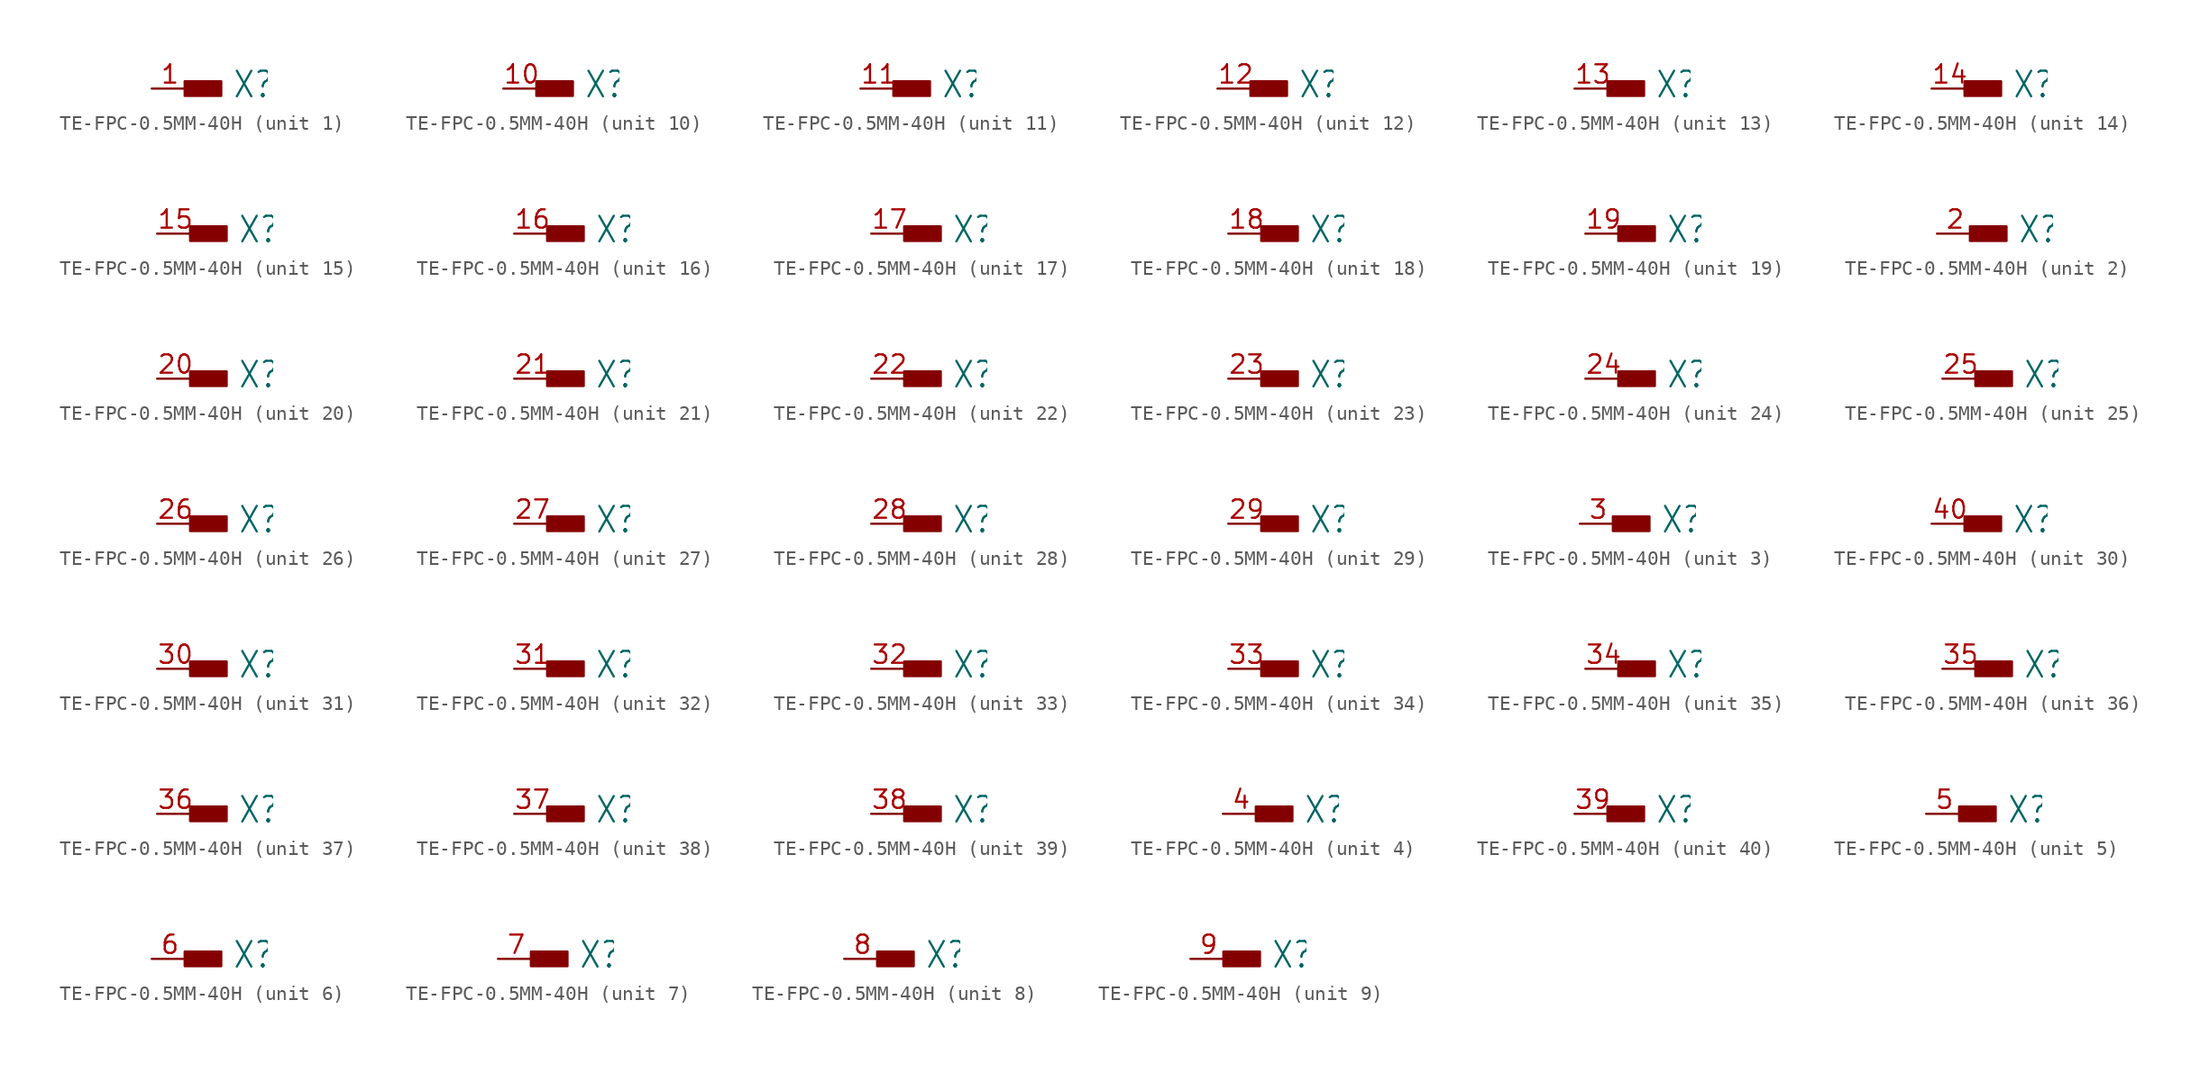
<source format=kicad_sym>
(kicad_symbol_lib
  (version 20231120)
  (generator "kicad_symbol_editor")
  (generator_version "8.0")
  (symbol "TE-FPC-0.5MM-40H"
    (property "Reference" "X"
      (at 5.588 -0.762 0)
      (effects (font (size 1.778 1.511)) (justify left bottom)))
    (property "ki_locked" ""
      (at 0 0 0)
      (effects (font (size 1.27 1.27))))
    (symbol "TE-FPC-0.5MM-40H_1_0"
      (rectangle (start 2.286 -0.508) (end 4.826 0.508) (stroke (width 0) (type default)) (fill (type outline)))
      (pin bidirectional line (at 0 0 0) (length 2.54) (name "-1" (effects (font (size 0 0)))) (number "1" (effects (font (size 1.27 1.27))))))
    (symbol "TE-FPC-0.5MM-40H_2_0"
      (rectangle (start 2.286 -0.508) (end 4.826 0.508) (stroke (width 0) (type default)) (fill (type outline)))
      (pin bidirectional line (at 0 0 0) (length 2.54) (name "-1" (effects (font (size 0 0)))) (number "2" (effects (font (size 1.27 1.27))))))
    (symbol "TE-FPC-0.5MM-40H_3_0"
      (rectangle (start 2.286 -0.508) (end 4.826 0.508) (stroke (width 0) (type default)) (fill (type outline)))
      (pin bidirectional line (at 0 0 0) (length 2.54) (name "-1" (effects (font (size 0 0)))) (number "3" (effects (font (size 1.27 1.27))))))
    (symbol "TE-FPC-0.5MM-40H_4_0"
      (rectangle (start 2.286 -0.508) (end 4.826 0.508) (stroke (width 0) (type default)) (fill (type outline)))
      (pin bidirectional line (at 0 0 0) (length 2.54) (name "-1" (effects (font (size 0 0)))) (number "4" (effects (font (size 1.27 1.27))))))
    (symbol "TE-FPC-0.5MM-40H_5_0"
      (rectangle (start 2.286 -0.508) (end 4.826 0.508) (stroke (width 0) (type default)) (fill (type outline)))
      (pin bidirectional line (at 0 0 0) (length 2.54) (name "-1" (effects (font (size 0 0)))) (number "5" (effects (font (size 1.27 1.27))))))
    (symbol "TE-FPC-0.5MM-40H_6_0"
      (rectangle (start 2.286 -0.508) (end 4.826 0.508) (stroke (width 0) (type default)) (fill (type outline)))
      (pin bidirectional line (at 0 0 0) (length 2.54) (name "-1" (effects (font (size 0 0)))) (number "6" (effects (font (size 1.27 1.27))))))
    (symbol "TE-FPC-0.5MM-40H_7_0"
      (rectangle (start 2.286 -0.508) (end 4.826 0.508) (stroke (width 0) (type default)) (fill (type outline)))
      (pin bidirectional line (at 0 0 0) (length 2.54) (name "-1" (effects (font (size 0 0)))) (number "7" (effects (font (size 1.27 1.27))))))
    (symbol "TE-FPC-0.5MM-40H_8_0"
      (rectangle (start 2.286 -0.508) (end 4.826 0.508) (stroke (width 0) (type default)) (fill (type outline)))
      (pin bidirectional line (at 0 0 0) (length 2.54) (name "-1" (effects (font (size 0 0)))) (number "8" (effects (font (size 1.27 1.27))))))
    (symbol "TE-FPC-0.5MM-40H_9_0"
      (rectangle (start 2.286 -0.508) (end 4.826 0.508) (stroke (width 0) (type default)) (fill (type outline)))
      (pin bidirectional line (at 0 0 0) (length 2.54) (name "-1" (effects (font (size 0 0)))) (number "9" (effects (font (size 1.27 1.27))))))
    (symbol "TE-FPC-0.5MM-40H_10_0"
      (rectangle (start 2.286 -0.508) (end 4.826 0.508) (stroke (width 0) (type default)) (fill (type outline)))
      (pin bidirectional line (at 0 0 0) (length 2.54) (name "-1" (effects (font (size 0 0)))) (number "10" (effects (font (size 1.27 1.27))))))
    (symbol "TE-FPC-0.5MM-40H_11_0"
      (rectangle (start 2.286 -0.508) (end 4.826 0.508) (stroke (width 0) (type default)) (fill (type outline)))
      (pin bidirectional line (at 0 0 0) (length 2.54) (name "-1" (effects (font (size 0 0)))) (number "11" (effects (font (size 1.27 1.27))))))
    (symbol "TE-FPC-0.5MM-40H_12_0"
      (rectangle (start 2.286 -0.508) (end 4.826 0.508) (stroke (width 0) (type default)) (fill (type outline)))
      (pin bidirectional line (at 0 0 0) (length 2.54) (name "-1" (effects (font (size 0 0)))) (number "12" (effects (font (size 1.27 1.27))))))
    (symbol "TE-FPC-0.5MM-40H_13_0"
      (rectangle (start 2.286 -0.508) (end 4.826 0.508) (stroke (width 0) (type default)) (fill (type outline)))
      (pin bidirectional line (at 0 0 0) (length 2.54) (name "-1" (effects (font (size 0 0)))) (number "13" (effects (font (size 1.27 1.27))))))
    (symbol "TE-FPC-0.5MM-40H_14_0"
      (rectangle (start 2.286 -0.508) (end 4.826 0.508) (stroke (width 0) (type default)) (fill (type outline)))
      (pin bidirectional line (at 0 0 0) (length 2.54) (name "-1" (effects (font (size 0 0)))) (number "14" (effects (font (size 1.27 1.27))))))
    (symbol "TE-FPC-0.5MM-40H_15_0"
      (rectangle (start 2.286 -0.508) (end 4.826 0.508) (stroke (width 0) (type default)) (fill (type outline)))
      (pin bidirectional line (at 0 0 0) (length 2.54) (name "-1" (effects (font (size 0 0)))) (number "15" (effects (font (size 1.27 1.27))))))
    (symbol "TE-FPC-0.5MM-40H_16_0"
      (rectangle (start 2.286 -0.508) (end 4.826 0.508) (stroke (width 0) (type default)) (fill (type outline)))
      (pin bidirectional line (at 0 0 0) (length 2.54) (name "-1" (effects (font (size 0 0)))) (number "16" (effects (font (size 1.27 1.27))))))
    (symbol "TE-FPC-0.5MM-40H_17_0"
      (rectangle (start 2.286 -0.508) (end 4.826 0.508) (stroke (width 0) (type default)) (fill (type outline)))
      (pin bidirectional line (at 0 0 0) (length 2.54) (name "-1" (effects (font (size 0 0)))) (number "17" (effects (font (size 1.27 1.27))))))
    (symbol "TE-FPC-0.5MM-40H_18_0"
      (rectangle (start 2.286 -0.508) (end 4.826 0.508) (stroke (width 0) (type default)) (fill (type outline)))
      (pin bidirectional line (at 0 0 0) (length 2.54) (name "-1" (effects (font (size 0 0)))) (number "18" (effects (font (size 1.27 1.27))))))
    (symbol "TE-FPC-0.5MM-40H_19_0"
      (rectangle (start 2.286 -0.508) (end 4.826 0.508) (stroke (width 0) (type default)) (fill (type outline)))
      (pin bidirectional line (at 0 0 0) (length 2.54) (name "-1" (effects (font (size 0 0)))) (number "19" (effects (font (size 1.27 1.27))))))
    (symbol "TE-FPC-0.5MM-40H_20_0"
      (rectangle (start 2.286 -0.508) (end 4.826 0.508) (stroke (width 0) (type default)) (fill (type outline)))
      (pin bidirectional line (at 0 0 0) (length 2.54) (name "-1" (effects (font (size 0 0)))) (number "20" (effects (font (size 1.27 1.27))))))
    (symbol "TE-FPC-0.5MM-40H_21_0"
      (rectangle (start 2.286 -0.508) (end 4.826 0.508) (stroke (width 0) (type default)) (fill (type outline)))
      (pin bidirectional line (at 0 0 0) (length 2.54) (name "-1" (effects (font (size 0 0)))) (number "21" (effects (font (size 1.27 1.27))))))
    (symbol "TE-FPC-0.5MM-40H_22_0"
      (rectangle (start 2.286 -0.508) (end 4.826 0.508) (stroke (width 0) (type default)) (fill (type outline)))
      (pin bidirectional line (at 0 0 0) (length 2.54) (name "-1" (effects (font (size 0 0)))) (number "22" (effects (font (size 1.27 1.27))))))
    (symbol "TE-FPC-0.5MM-40H_23_0"
      (rectangle (start 2.286 -0.508) (end 4.826 0.508) (stroke (width 0) (type default)) (fill (type outline)))
      (pin bidirectional line (at 0 0 0) (length 2.54) (name "-1" (effects (font (size 0 0)))) (number "23" (effects (font (size 1.27 1.27))))))
    (symbol "TE-FPC-0.5MM-40H_24_0"
      (rectangle (start 2.286 -0.508) (end 4.826 0.508) (stroke (width 0) (type default)) (fill (type outline)))
      (pin bidirectional line (at 0 0 0) (length 2.54) (name "-1" (effects (font (size 0 0)))) (number "24" (effects (font (size 1.27 1.27))))))
    (symbol "TE-FPC-0.5MM-40H_25_0"
      (rectangle (start 2.286 -0.508) (end 4.826 0.508) (stroke (width 0) (type default)) (fill (type outline)))
      (pin bidirectional line (at 0 0 0) (length 2.54) (name "-1" (effects (font (size 0 0)))) (number "25" (effects (font (size 1.27 1.27))))))
    (symbol "TE-FPC-0.5MM-40H_26_0"
      (rectangle (start 2.286 -0.508) (end 4.826 0.508) (stroke (width 0) (type default)) (fill (type outline)))
      (pin bidirectional line (at 0 0 0) (length 2.54) (name "-1" (effects (font (size 0 0)))) (number "26" (effects (font (size 1.27 1.27))))))
    (symbol "TE-FPC-0.5MM-40H_27_0"
      (rectangle (start 2.286 -0.508) (end 4.826 0.508) (stroke (width 0) (type default)) (fill (type outline)))
      (pin bidirectional line (at 0 0 0) (length 2.54) (name "-1" (effects (font (size 0 0)))) (number "27" (effects (font (size 1.27 1.27))))))
    (symbol "TE-FPC-0.5MM-40H_28_0"
      (rectangle (start 2.286 -0.508) (end 4.826 0.508) (stroke (width 0) (type default)) (fill (type outline)))
      (pin bidirectional line (at 0 0 0) (length 2.54) (name "-1" (effects (font (size 0 0)))) (number "28" (effects (font (size 1.27 1.27))))))
    (symbol "TE-FPC-0.5MM-40H_29_0"
      (rectangle (start 2.286 -0.508) (end 4.826 0.508) (stroke (width 0) (type default)) (fill (type outline)))
      (pin bidirectional line (at 0 0 0) (length 2.54) (name "-1" (effects (font (size 0 0)))) (number "29" (effects (font (size 1.27 1.27))))))
    (symbol "TE-FPC-0.5MM-40H_30_0"
      (rectangle (start 2.286 -0.508) (end 4.826 0.508) (stroke (width 0) (type default)) (fill (type outline)))
      (pin bidirectional line (at 0 0 0) (length 2.54) (name "-1" (effects (font (size 0 0)))) (number "40" (effects (font (size 1.27 1.27))))))
    (symbol "TE-FPC-0.5MM-40H_31_0"
      (rectangle (start 2.286 -0.508) (end 4.826 0.508) (stroke (width 0) (type default)) (fill (type outline)))
      (pin bidirectional line (at 0 0 0) (length 2.54) (name "-1" (effects (font (size 0 0)))) (number "30" (effects (font (size 1.27 1.27))))))
    (symbol "TE-FPC-0.5MM-40H_32_0"
      (rectangle (start 2.286 -0.508) (end 4.826 0.508) (stroke (width 0) (type default)) (fill (type outline)))
      (pin bidirectional line (at 0 0 0) (length 2.54) (name "-1" (effects (font (size 0 0)))) (number "31" (effects (font (size 1.27 1.27))))))
    (symbol "TE-FPC-0.5MM-40H_33_0"
      (rectangle (start 2.286 -0.508) (end 4.826 0.508) (stroke (width 0) (type default)) (fill (type outline)))
      (pin bidirectional line (at 0 0 0) (length 2.54) (name "-1" (effects (font (size 0 0)))) (number "32" (effects (font (size 1.27 1.27))))))
    (symbol "TE-FPC-0.5MM-40H_34_0"
      (rectangle (start 2.286 -0.508) (end 4.826 0.508) (stroke (width 0) (type default)) (fill (type outline)))
      (pin bidirectional line (at 0 0 0) (length 2.54) (name "-1" (effects (font (size 0 0)))) (number "33" (effects (font (size 1.27 1.27))))))
    (symbol "TE-FPC-0.5MM-40H_35_0"
      (rectangle (start 2.286 -0.508) (end 4.826 0.508) (stroke (width 0) (type default)) (fill (type outline)))
      (pin bidirectional line (at 0 0 0) (length 2.54) (name "-1" (effects (font (size 0 0)))) (number "34" (effects (font (size 1.27 1.27))))))
    (symbol "TE-FPC-0.5MM-40H_36_0"
      (rectangle (start 2.286 -0.508) (end 4.826 0.508) (stroke (width 0) (type default)) (fill (type outline)))
      (pin bidirectional line (at 0 0 0) (length 2.54) (name "-1" (effects (font (size 0 0)))) (number "35" (effects (font (size 1.27 1.27))))))
    (symbol "TE-FPC-0.5MM-40H_37_0"
      (rectangle (start 2.286 -0.508) (end 4.826 0.508) (stroke (width 0) (type default)) (fill (type outline)))
      (pin bidirectional line (at 0 0 0) (length 2.54) (name "-1" (effects (font (size 0 0)))) (number "36" (effects (font (size 1.27 1.27))))))
    (symbol "TE-FPC-0.5MM-40H_38_0"
      (rectangle (start 2.286 -0.508) (end 4.826 0.508) (stroke (width 0) (type default)) (fill (type outline)))
      (pin bidirectional line (at 0 0 0) (length 2.54) (name "-1" (effects (font (size 0 0)))) (number "37" (effects (font (size 1.27 1.27))))))
    (symbol "TE-FPC-0.5MM-40H_39_0"
      (rectangle (start 2.286 -0.508) (end 4.826 0.508) (stroke (width 0) (type default)) (fill (type outline)))
      (pin bidirectional line (at 0 0 0) (length 2.54) (name "-1" (effects (font (size 0 0)))) (number "38" (effects (font (size 1.27 1.27))))))
    (symbol "TE-FPC-0.5MM-40H_40_0"
      (rectangle (start 2.286 -0.508) (end 4.826 0.508) (stroke (width 0) (type default)) (fill (type outline)))
      (pin bidirectional line (at 0 0 0) (length 2.54) (name "-1" (effects (font (size 0 0)))) (number "39" (effects (font (size 1.27 1.27))))))))
</source>
